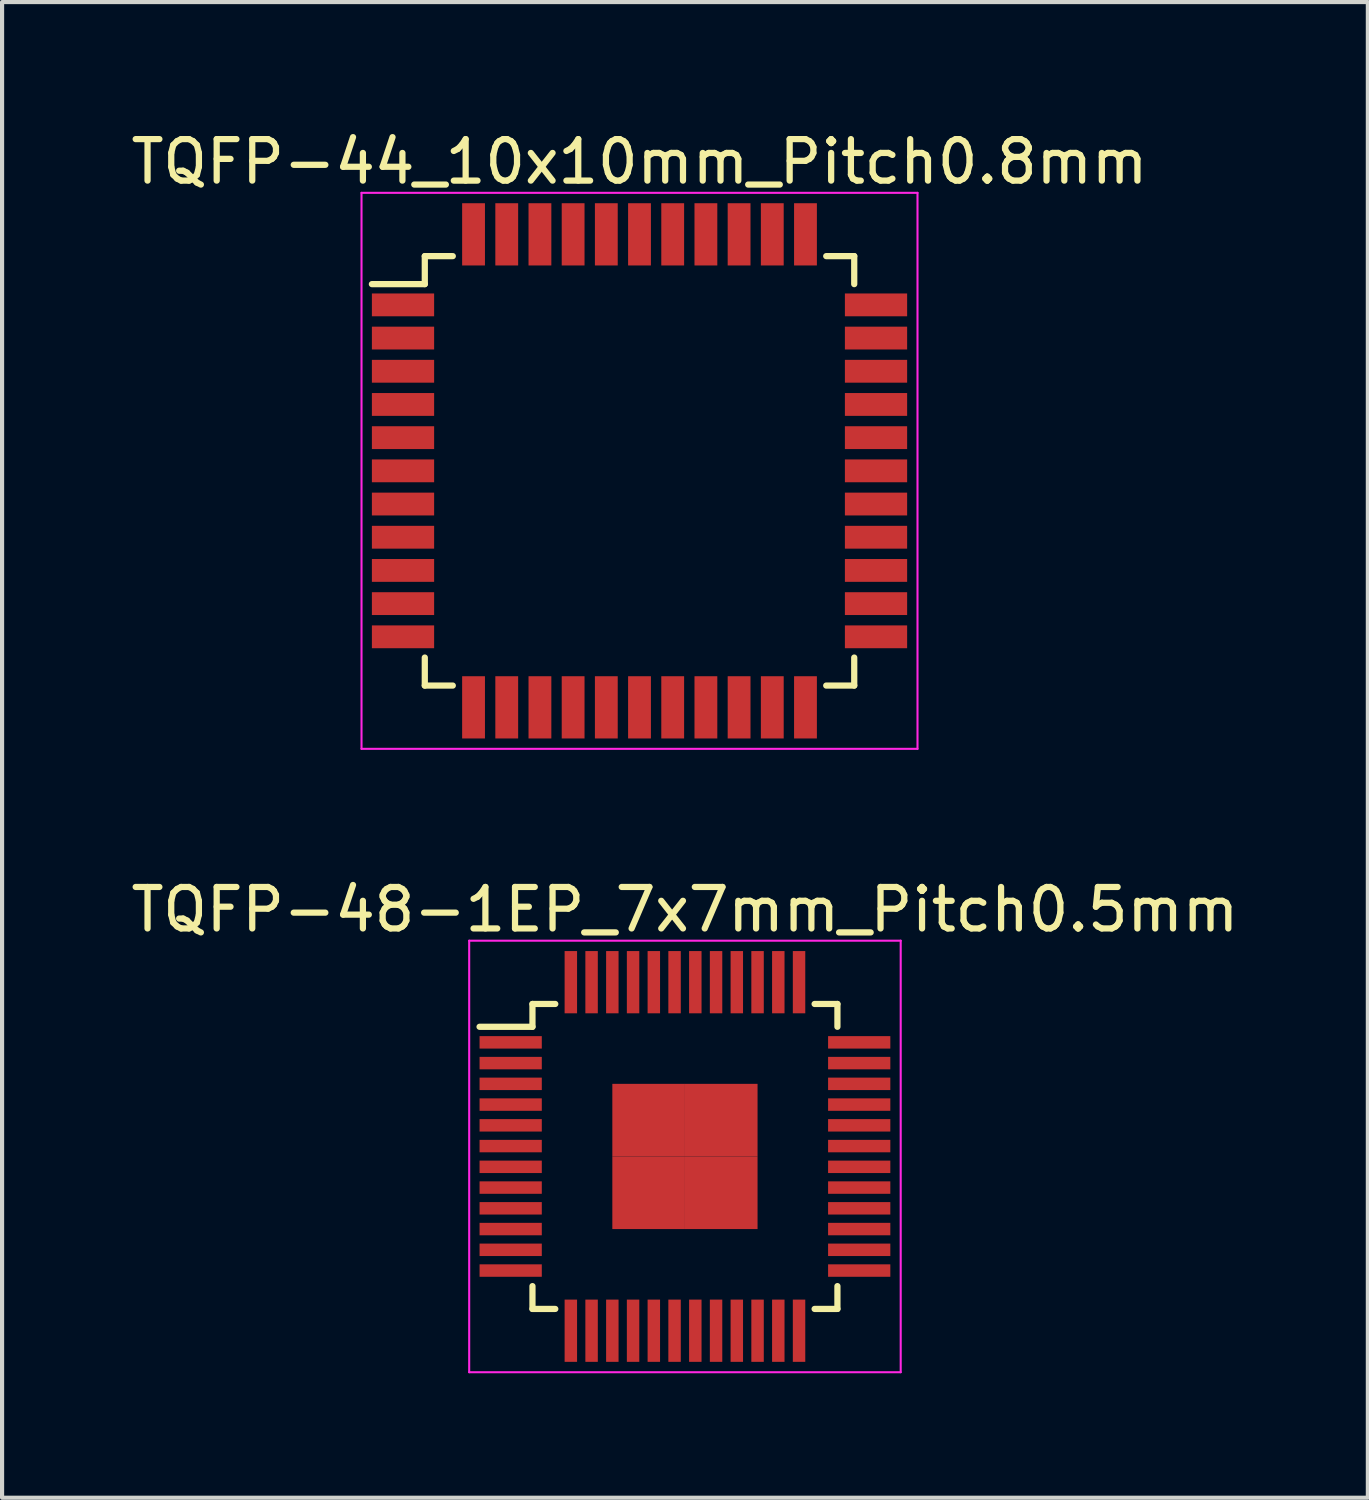
<source format=kicad_pcb>
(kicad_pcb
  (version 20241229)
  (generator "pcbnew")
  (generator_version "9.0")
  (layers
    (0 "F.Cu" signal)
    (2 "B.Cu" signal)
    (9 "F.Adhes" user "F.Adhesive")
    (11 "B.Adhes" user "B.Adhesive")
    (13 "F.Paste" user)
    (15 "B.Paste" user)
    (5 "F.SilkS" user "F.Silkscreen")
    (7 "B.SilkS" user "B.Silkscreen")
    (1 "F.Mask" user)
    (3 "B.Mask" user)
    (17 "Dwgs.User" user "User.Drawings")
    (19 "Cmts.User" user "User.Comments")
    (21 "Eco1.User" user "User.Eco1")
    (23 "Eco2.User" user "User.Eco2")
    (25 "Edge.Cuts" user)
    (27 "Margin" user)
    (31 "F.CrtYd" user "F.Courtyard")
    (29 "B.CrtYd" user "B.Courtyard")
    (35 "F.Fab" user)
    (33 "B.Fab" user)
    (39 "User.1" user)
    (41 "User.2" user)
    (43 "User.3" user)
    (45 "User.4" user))
  (footprint "TQFP-44_10x10mm_Pitch0.8mm"
    (layer "F.Cu")
    (at 12.363 8.298)
    (property "Reference" "TQFP-44_10x10mm_Pitch0.8mm" (at 0 -7.45 0) (layer "F.SilkS") (effects (font (size 1 1) (thickness 0.15))))
    (attr smd)
    (fp_line (start -5.175 -5.175) (end -5.175 -4.5) (stroke (width 0.15) (type solid)) (layer "F.SilkS"))
    (fp_line (start -5.175 -5.175) (end -4.5 -5.175) (stroke (width 0.15) (type solid)) (layer "F.SilkS"))
    (fp_line (start -5.175 -4.5) (end -6.45 -4.5) (stroke (width 0.15) (type solid)) (layer "F.SilkS"))
    (fp_line (start -5.175 5.175) (end -5.175 4.5) (stroke (width 0.15) (type solid)) (layer "F.SilkS"))
    (fp_line (start -5.175 5.175) (end -4.5 5.175) (stroke (width 0.15) (type solid)) (layer "F.SilkS"))
    (fp_line (start 5.175 -5.175) (end 4.5 -5.175) (stroke (width 0.15) (type solid)) (layer "F.SilkS"))
    (fp_line (start 5.175 -5.175) (end 5.175 -4.5) (stroke (width 0.15) (type solid)) (layer "F.SilkS"))
    (fp_line (start 5.175 5.175) (end 4.5 5.175) (stroke (width 0.15) (type solid)) (layer "F.SilkS"))
    (fp_line (start 5.175 5.175) (end 5.175 4.5) (stroke (width 0.15) (type solid)) (layer "F.SilkS"))
    (fp_line (start -6.7 -6.7) (end -6.7 6.7) (stroke (width 0.05) (type solid)) (layer "F.CrtYd"))
    (fp_line (start -6.7 -6.7) (end 6.7 -6.7) (stroke (width 0.05) (type solid)) (layer "F.CrtYd"))
    (fp_line (start -6.7 6.7) (end 6.7 6.7) (stroke (width 0.05) (type solid)) (layer "F.CrtYd"))
    (fp_line (start 6.7 -6.7) (end 6.7 6.7) (stroke (width 0.05) (type solid)) (layer "F.CrtYd"))
    (pad "1" smd rect (at -5.7 -4) (size 1.5 0.55) (layers "F.Cu" "F.Mask" "F.Paste"))
    (pad "2" smd rect (at -5.7 -3.2) (size 1.5 0.55) (layers "F.Cu" "F.Mask" "F.Paste"))
    (pad "3" smd rect (at -5.7 -2.4) (size 1.5 0.55) (layers "F.Cu" "F.Mask" "F.Paste"))
    (pad "4" smd rect (at -5.7 -1.6) (size 1.5 0.55) (layers "F.Cu" "F.Mask" "F.Paste"))
    (pad "5" smd rect (at -5.7 -0.8) (size 1.5 0.55) (layers "F.Cu" "F.Mask" "F.Paste"))
    (pad "6" smd rect (at -5.7 0) (size 1.5 0.55) (layers "F.Cu" "F.Mask" "F.Paste"))
    (pad "7" smd rect (at -5.7 0.8) (size 1.5 0.55) (layers "F.Cu" "F.Mask" "F.Paste"))
    (pad "8" smd rect (at -5.7 1.6) (size 1.5 0.55) (layers "F.Cu" "F.Mask" "F.Paste"))
    (pad "9" smd rect (at -5.7 2.4) (size 1.5 0.55) (layers "F.Cu" "F.Mask" "F.Paste"))
    (pad "10" smd rect (at -5.7 3.2) (size 1.5 0.55) (layers "F.Cu" "F.Mask" "F.Paste"))
    (pad "11" smd rect (at -5.7 4) (size 1.5 0.55) (layers "F.Cu" "F.Mask" "F.Paste"))
    (pad "12" smd rect (at -4 5.7 90) (size 1.5 0.55) (layers "F.Cu" "F.Mask" "F.Paste"))
    (pad "13" smd rect (at -3.2 5.7 90) (size 1.5 0.55) (layers "F.Cu" "F.Mask" "F.Paste"))
    (pad "14" smd rect (at -2.4 5.7 90) (size 1.5 0.55) (layers "F.Cu" "F.Mask" "F.Paste"))
    (pad "15" smd rect (at -1.6 5.7 90) (size 1.5 0.55) (layers "F.Cu" "F.Mask" "F.Paste"))
    (pad "16" smd rect (at -0.8 5.7 90) (size 1.5 0.55) (layers "F.Cu" "F.Mask" "F.Paste"))
    (pad "17" smd rect (at 0 5.7 90) (size 1.5 0.55) (layers "F.Cu" "F.Mask" "F.Paste"))
    (pad "18" smd rect (at 0.8 5.7 90) (size 1.5 0.55) (layers "F.Cu" "F.Mask" "F.Paste"))
    (pad "19" smd rect (at 1.6 5.7 90) (size 1.5 0.55) (layers "F.Cu" "F.Mask" "F.Paste"))
    (pad "20" smd rect (at 2.4 5.7 90) (size 1.5 0.55) (layers "F.Cu" "F.Mask" "F.Paste"))
    (pad "21" smd rect (at 3.2 5.7 90) (size 1.5 0.55) (layers "F.Cu" "F.Mask" "F.Paste"))
    (pad "22" smd rect (at 4 5.7 90) (size 1.5 0.55) (layers "F.Cu" "F.Mask" "F.Paste"))
    (pad "23" smd rect (at 5.7 4) (size 1.5 0.55) (layers "F.Cu" "F.Mask" "F.Paste"))
    (pad "24" smd rect (at 5.7 3.2) (size 1.5 0.55) (layers "F.Cu" "F.Mask" "F.Paste"))
    (pad "25" smd rect (at 5.7 2.4) (size 1.5 0.55) (layers "F.Cu" "F.Mask" "F.Paste"))
    (pad "26" smd rect (at 5.7 1.6) (size 1.5 0.55) (layers "F.Cu" "F.Mask" "F.Paste"))
    (pad "27" smd rect (at 5.7 0.8) (size 1.5 0.55) (layers "F.Cu" "F.Mask" "F.Paste"))
    (pad "28" smd rect (at 5.7 0) (size 1.5 0.55) (layers "F.Cu" "F.Mask" "F.Paste"))
    (pad "29" smd rect (at 5.7 -0.8) (size 1.5 0.55) (layers "F.Cu" "F.Mask" "F.Paste"))
    (pad "30" smd rect (at 5.7 -1.6) (size 1.5 0.55) (layers "F.Cu" "F.Mask" "F.Paste"))
    (pad "31" smd rect (at 5.7 -2.4) (size 1.5 0.55) (layers "F.Cu" "F.Mask" "F.Paste"))
    (pad "32" smd rect (at 5.7 -3.2) (size 1.5 0.55) (layers "F.Cu" "F.Mask" "F.Paste"))
    (pad "33" smd rect (at 5.7 -4) (size 1.5 0.55) (layers "F.Cu" "F.Mask" "F.Paste"))
    (pad "34" smd rect (at 4 -5.7 90) (size 1.5 0.55) (layers "F.Cu" "F.Mask" "F.Paste"))
    (pad "35" smd rect (at 3.2 -5.7 90) (size 1.5 0.55) (layers "F.Cu" "F.Mask" "F.Paste"))
    (pad "36" smd rect (at 2.4 -5.7 90) (size 1.5 0.55) (layers "F.Cu" "F.Mask" "F.Paste"))
    (pad "37" smd rect (at 1.6 -5.7 90) (size 1.5 0.55) (layers "F.Cu" "F.Mask" "F.Paste"))
    (pad "38" smd rect (at 0.8 -5.7 90) (size 1.5 0.55) (layers "F.Cu" "F.Mask" "F.Paste"))
    (pad "39" smd rect (at 0 -5.7 90) (size 1.5 0.55) (layers "F.Cu" "F.Mask" "F.Paste"))
    (pad "40" smd rect (at -0.8 -5.7 90) (size 1.5 0.55) (layers "F.Cu" "F.Mask" "F.Paste"))
    (pad "41" smd rect (at -1.6 -5.7 90) (size 1.5 0.55) (layers "F.Cu" "F.Mask" "F.Paste"))
    (pad "42" smd rect (at -2.4 -5.7 90) (size 1.5 0.55) (layers "F.Cu" "F.Mask" "F.Paste"))
    (pad "43" smd rect (at -3.2 -5.7 90) (size 1.5 0.55) (layers "F.Cu" "F.Mask" "F.Paste"))
    (pad "44" smd rect (at -4 -5.7 90) (size 1.5 0.55) (layers "F.Cu" "F.Mask" "F.Paste")))
  (footprint "TQFP-48-1EP_7x7mm_Pitch0.5mm"
    (layer "F.Cu")
    (at 13.458 24.822)
    (property "Reference" "TQFP-48-1EP_7x7mm_Pitch0.5mm" (at 0 -5.95 0) (layer "F.SilkS") (effects (font (size 1 1) (thickness 0.15))))
    (attr smd)
    (fp_line (start -3.675 -3.675) (end -3.675 -3.125) (stroke (width 0.15) (type solid)) (layer "F.SilkS"))
    (fp_line (start -3.675 -3.675) (end -3.125 -3.675) (stroke (width 0.15) (type solid)) (layer "F.SilkS"))
    (fp_line (start -3.675 -3.125) (end -4.95 -3.125) (stroke (width 0.15) (type solid)) (layer "F.SilkS"))
    (fp_line (start -3.675 3.675) (end -3.675 3.125) (stroke (width 0.15) (type solid)) (layer "F.SilkS"))
    (fp_line (start -3.675 3.675) (end -3.125 3.675) (stroke (width 0.15) (type solid)) (layer "F.SilkS"))
    (fp_line (start 3.675 -3.675) (end 3.125 -3.675) (stroke (width 0.15) (type solid)) (layer "F.SilkS"))
    (fp_line (start 3.675 -3.675) (end 3.675 -3.125) (stroke (width 0.15) (type solid)) (layer "F.SilkS"))
    (fp_line (start 3.675 3.675) (end 3.125 3.675) (stroke (width 0.15) (type solid)) (layer "F.SilkS"))
    (fp_line (start 3.675 3.675) (end 3.675 3.125) (stroke (width 0.15) (type solid)) (layer "F.SilkS"))
    (fp_line (start -5.2 -5.2) (end -5.2 5.2) (stroke (width 0.05) (type solid)) (layer "F.CrtYd"))
    (fp_line (start -5.2 -5.2) (end 5.2 -5.2) (stroke (width 0.05) (type solid)) (layer "F.CrtYd"))
    (fp_line (start -5.2 5.2) (end 5.2 5.2) (stroke (width 0.05) (type solid)) (layer "F.CrtYd"))
    (fp_line (start 5.2 -5.2) (end 5.2 5.2) (stroke (width 0.05) (type solid)) (layer "F.CrtYd"))
    (pad "1" smd rect (at -4.2 -2.75) (size 1.5 0.3) (layers "F.Cu" "F.Mask" "F.Paste"))
    (pad "2" smd rect (at -4.2 -2.25) (size 1.5 0.3) (layers "F.Cu" "F.Mask" "F.Paste"))
    (pad "3" smd rect (at -4.2 -1.75) (size 1.5 0.3) (layers "F.Cu" "F.Mask" "F.Paste"))
    (pad "4" smd rect (at -4.2 -1.25) (size 1.5 0.3) (layers "F.Cu" "F.Mask" "F.Paste"))
    (pad "5" smd rect (at -4.2 -0.75) (size 1.5 0.3) (layers "F.Cu" "F.Mask" "F.Paste"))
    (pad "6" smd rect (at -4.2 -0.25) (size 1.5 0.3) (layers "F.Cu" "F.Mask" "F.Paste"))
    (pad "7" smd rect (at -4.2 0.25) (size 1.5 0.3) (layers "F.Cu" "F.Mask" "F.Paste"))
    (pad "8" smd rect (at -4.2 0.75) (size 1.5 0.3) (layers "F.Cu" "F.Mask" "F.Paste"))
    (pad "9" smd rect (at -4.2 1.25) (size 1.5 0.3) (layers "F.Cu" "F.Mask" "F.Paste"))
    (pad "10" smd rect (at -4.2 1.75) (size 1.5 0.3) (layers "F.Cu" "F.Mask" "F.Paste"))
    (pad "11" smd rect (at -4.2 2.25) (size 1.5 0.3) (layers "F.Cu" "F.Mask" "F.Paste"))
    (pad "12" smd rect (at -4.2 2.75) (size 1.5 0.3) (layers "F.Cu" "F.Mask" "F.Paste"))
    (pad "13" smd rect (at -2.75 4.2 90) (size 1.5 0.3) (layers "F.Cu" "F.Mask" "F.Paste"))
    (pad "14" smd rect (at -2.25 4.2 90) (size 1.5 0.3) (layers "F.Cu" "F.Mask" "F.Paste"))
    (pad "15" smd rect (at -1.75 4.2 90) (size 1.5 0.3) (layers "F.Cu" "F.Mask" "F.Paste"))
    (pad "16" smd rect (at -1.25 4.2 90) (size 1.5 0.3) (layers "F.Cu" "F.Mask" "F.Paste"))
    (pad "17" smd rect (at -0.75 4.2 90) (size 1.5 0.3) (layers "F.Cu" "F.Mask" "F.Paste"))
    (pad "18" smd rect (at -0.25 4.2 90) (size 1.5 0.3) (layers "F.Cu" "F.Mask" "F.Paste"))
    (pad "19" smd rect (at 0.25 4.2 90) (size 1.5 0.3) (layers "F.Cu" "F.Mask" "F.Paste"))
    (pad "20" smd rect (at 0.75 4.2 90) (size 1.5 0.3) (layers "F.Cu" "F.Mask" "F.Paste"))
    (pad "21" smd rect (at 1.25 4.2 90) (size 1.5 0.3) (layers "F.Cu" "F.Mask" "F.Paste"))
    (pad "22" smd rect (at 1.75 4.2 90) (size 1.5 0.3) (layers "F.Cu" "F.Mask" "F.Paste"))
    (pad "23" smd rect (at 2.25 4.2 90) (size 1.5 0.3) (layers "F.Cu" "F.Mask" "F.Paste"))
    (pad "24" smd rect (at 2.75 4.2 90) (size 1.5 0.3) (layers "F.Cu" "F.Mask" "F.Paste"))
    (pad "25" smd rect (at 4.2 2.75) (size 1.5 0.3) (layers "F.Cu" "F.Mask" "F.Paste"))
    (pad "26" smd rect (at 4.2 2.25) (size 1.5 0.3) (layers "F.Cu" "F.Mask" "F.Paste"))
    (pad "27" smd rect (at 4.2 1.75) (size 1.5 0.3) (layers "F.Cu" "F.Mask" "F.Paste"))
    (pad "28" smd rect (at 4.2 1.25) (size 1.5 0.3) (layers "F.Cu" "F.Mask" "F.Paste"))
    (pad "29" smd rect (at 4.2 0.75) (size 1.5 0.3) (layers "F.Cu" "F.Mask" "F.Paste"))
    (pad "30" smd rect (at 4.2 0.25) (size 1.5 0.3) (layers "F.Cu" "F.Mask" "F.Paste"))
    (pad "31" smd rect (at 4.2 -0.25) (size 1.5 0.3) (layers "F.Cu" "F.Mask" "F.Paste"))
    (pad "32" smd rect (at 4.2 -0.75) (size 1.5 0.3) (layers "F.Cu" "F.Mask" "F.Paste"))
    (pad "33" smd rect (at 4.2 -1.25) (size 1.5 0.3) (layers "F.Cu" "F.Mask" "F.Paste"))
    (pad "34" smd rect (at 4.2 -1.75) (size 1.5 0.3) (layers "F.Cu" "F.Mask" "F.Paste"))
    (pad "35" smd rect (at 4.2 -2.25) (size 1.5 0.3) (layers "F.Cu" "F.Mask" "F.Paste"))
    (pad "36" smd rect (at 4.2 -2.75) (size 1.5 0.3) (layers "F.Cu" "F.Mask" "F.Paste"))
    (pad "37" smd rect (at 2.75 -4.2 90) (size 1.5 0.3) (layers "F.Cu" "F.Mask" "F.Paste"))
    (pad "38" smd rect (at 2.25 -4.2 90) (size 1.5 0.3) (layers "F.Cu" "F.Mask" "F.Paste"))
    (pad "39" smd rect (at 1.75 -4.2 90) (size 1.5 0.3) (layers "F.Cu" "F.Mask" "F.Paste"))
    (pad "40" smd rect (at 1.25 -4.2 90) (size 1.5 0.3) (layers "F.Cu" "F.Mask" "F.Paste"))
    (pad "41" smd rect (at 0.75 -4.2 90) (size 1.5 0.3) (layers "F.Cu" "F.Mask" "F.Paste"))
    (pad "42" smd rect (at 0.25 -4.2 90) (size 1.5 0.3) (layers "F.Cu" "F.Mask" "F.Paste"))
    (pad "43" smd rect (at -0.25 -4.2 90) (size 1.5 0.3) (layers "F.Cu" "F.Mask" "F.Paste"))
    (pad "44" smd rect (at -0.75 -4.2 90) (size 1.5 0.3) (layers "F.Cu" "F.Mask" "F.Paste"))
    (pad "45" smd rect (at -1.25 -4.2 90) (size 1.5 0.3) (layers "F.Cu" "F.Mask" "F.Paste"))
    (pad "46" smd rect (at -1.75 -4.2 90) (size 1.5 0.3) (layers "F.Cu" "F.Mask" "F.Paste"))
    (pad "47" smd rect (at -2.25 -4.2 90) (size 1.5 0.3) (layers "F.Cu" "F.Mask" "F.Paste"))
    (pad "48" smd rect (at -2.75 -4.2 90) (size 1.5 0.3) (layers "F.Cu" "F.Mask" "F.Paste"))
    (pad "49" smd rect (at -0.875 -0.875) (size 1.75 1.75) (layers "F.Cu" "F.Mask" "F.Paste"))
    (pad "49" smd rect (at -0.875 0.875) (size 1.75 1.75) (layers "F.Cu" "F.Mask" "F.Paste"))
    (pad "49" smd rect (at 0.875 -0.875) (size 1.75 1.75) (layers "F.Cu" "F.Mask" "F.Paste"))
    (pad "49" smd rect (at 0.875 0.875) (size 1.75 1.75) (layers "F.Cu" "F.Mask" "F.Paste")))
  (gr_rect
    (start -3 -3)
    (end 29.917 33.047)
    (stroke (width 0.1) (type default))
    (fill no)
    (layer "Edge.Cuts")))
</source>
